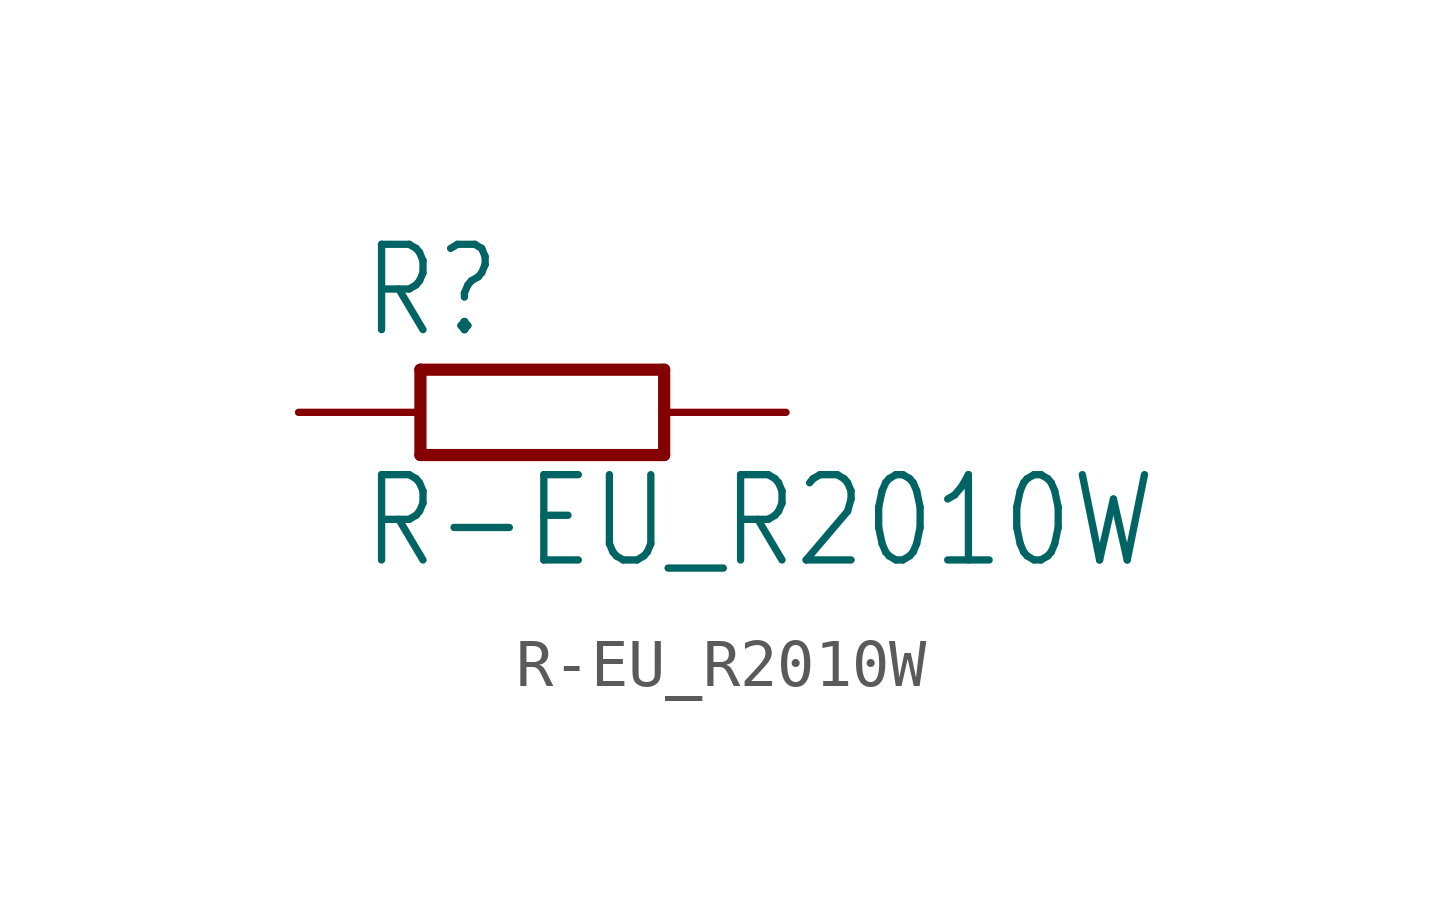
<source format=kicad_sym>
(kicad_symbol_lib
  (version 20211014)
  (generator kicad_symbol_editor)
  (symbol "R-EU_R2010W"
    (property "Reference" "R"
      (at -3.81 1.499 0)
      (effects (font (size 1.778 1.511)) (justify left bottom)))
    (property "Value" "R-EU_R2010W"
      (at -3.81 -3.302 0)
      (effects (font (size 1.778 1.511)) (justify left bottom)))
    (property "ki_locked" ""
      (at 0 0 0)
      (effects (font (size 1.27 1.27))))
    (symbol "R-EU_R2010W_1_0"
      (polyline (pts (xy -2.54 -0.889) (xy -2.54 0.889)) (stroke (width 0.254) (type default) (color 0 0 0 0)) (fill (type none)))
      (polyline (pts (xy -2.54 -0.889) (xy 2.54 -0.889)) (stroke (width 0.254) (type default) (color 0 0 0 0)) (fill (type none)))
      (polyline (pts (xy 2.54 -0.889) (xy 2.54 0.889)) (stroke (width 0.254) (type default) (color 0 0 0 0)) (fill (type none)))
      (polyline (pts (xy 2.54 0.889) (xy -2.54 0.889)) (stroke (width 0.254) (type default) (color 0 0 0 0)) (fill (type none)))
      (pin passive line (at -5.08 0 0) (length 2.54) (name "1" (effects (font (size 0 0)))) (number "1" (effects (font (size 0 0)))))
      (pin passive line (at 5.08 0 180) (length 2.54) (name "2" (effects (font (size 0 0)))) (number "2" (effects (font (size 0 0))))))))
</source>
